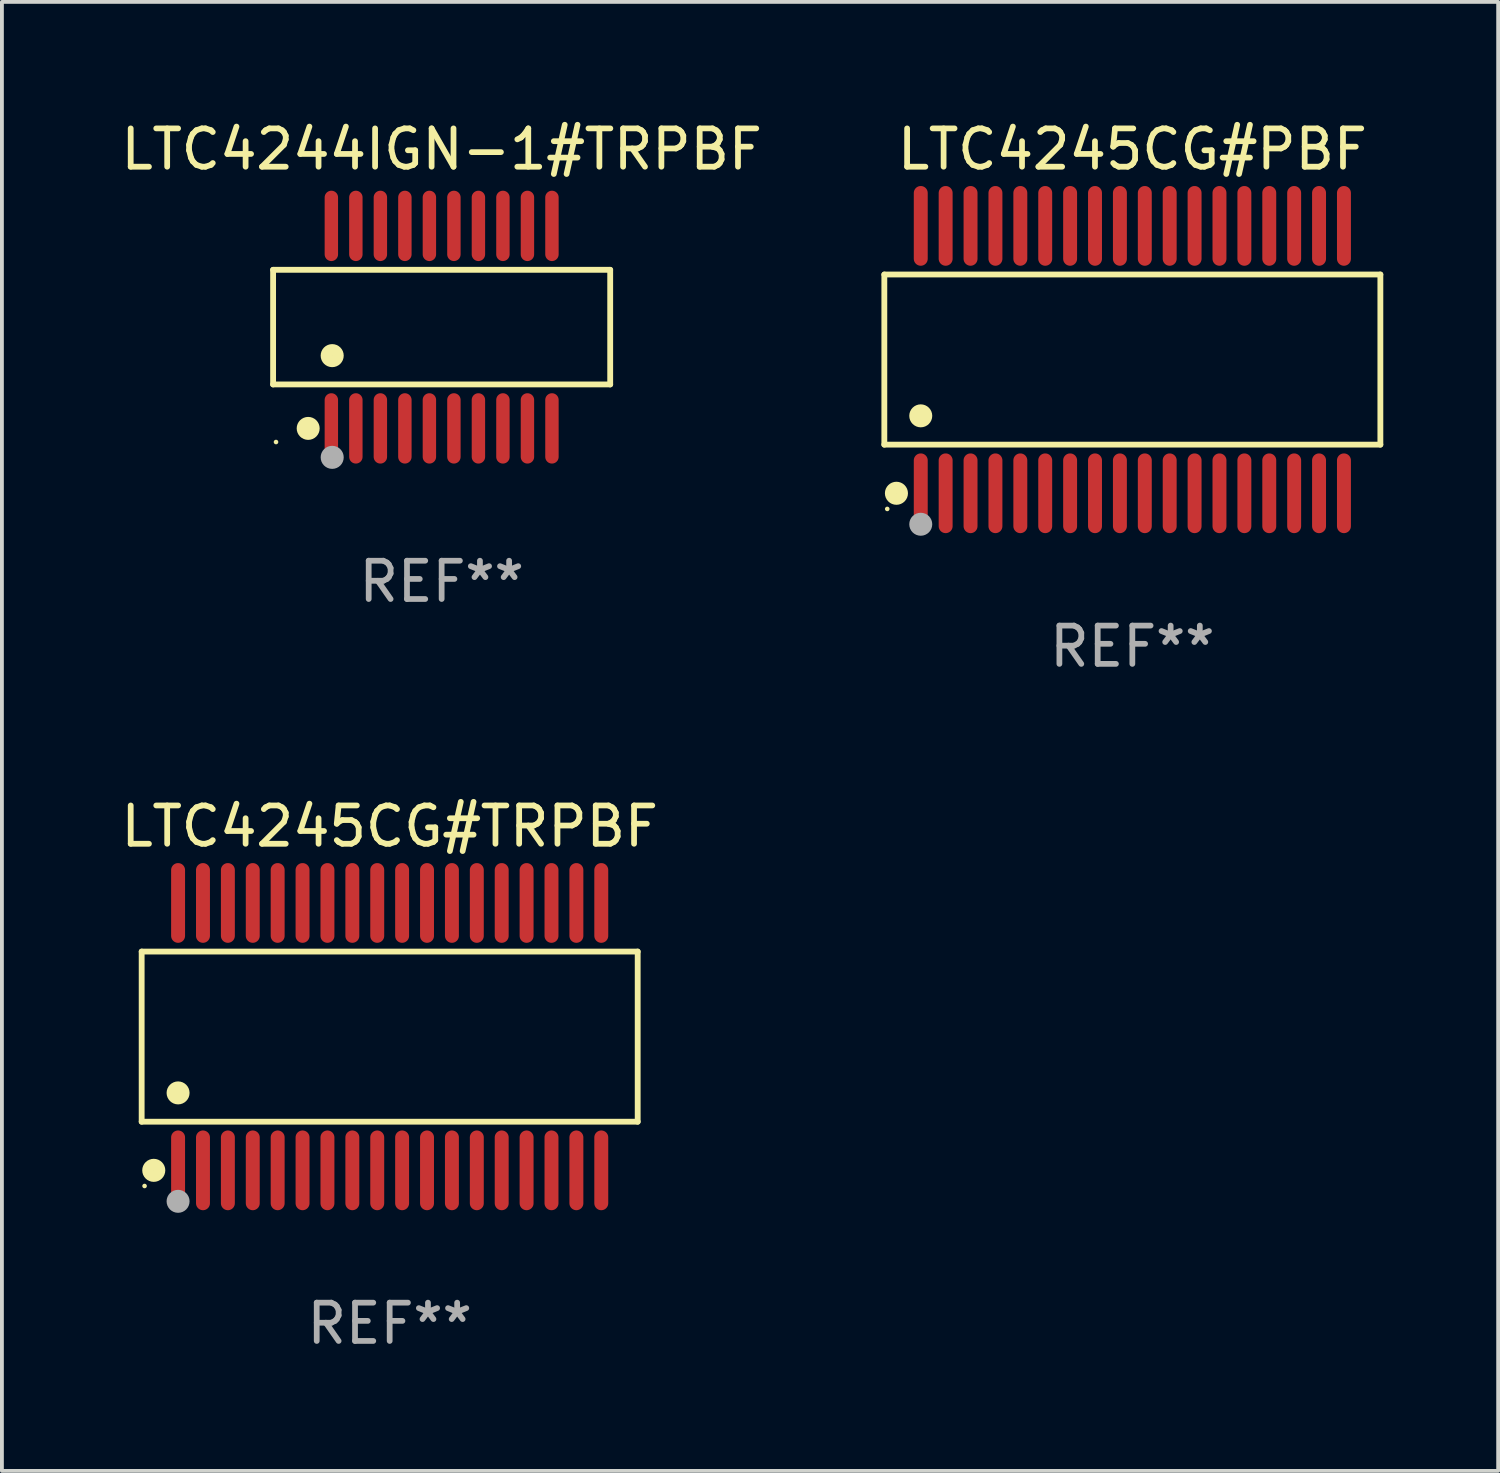
<source format=kicad_pcb>
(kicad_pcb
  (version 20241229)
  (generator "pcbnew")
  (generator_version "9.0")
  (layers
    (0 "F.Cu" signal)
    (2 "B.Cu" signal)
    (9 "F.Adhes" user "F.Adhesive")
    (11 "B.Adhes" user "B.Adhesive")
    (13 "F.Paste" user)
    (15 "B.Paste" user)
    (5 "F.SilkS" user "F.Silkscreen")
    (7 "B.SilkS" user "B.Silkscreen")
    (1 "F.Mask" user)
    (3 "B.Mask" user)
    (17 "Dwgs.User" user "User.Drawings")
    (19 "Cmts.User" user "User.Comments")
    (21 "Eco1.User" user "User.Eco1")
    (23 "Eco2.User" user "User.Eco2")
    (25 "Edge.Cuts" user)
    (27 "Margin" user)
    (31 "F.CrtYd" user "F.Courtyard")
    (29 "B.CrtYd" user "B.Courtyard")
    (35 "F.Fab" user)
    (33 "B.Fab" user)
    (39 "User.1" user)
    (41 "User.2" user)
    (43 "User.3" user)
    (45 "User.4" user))
  (footprint "LTC4244IGN-1#TRPBF"
    (layer "F.Cu")
    (at 8.482 5.492)
    (property "Reference" "LTC4244IGN-1#TRPBF" (at 0 -4.644 0) (layer "F.SilkS") (effects (font (size 1 1) (thickness 0.15))))
    (attr through_hole)
    (fp_line (start -4.401 -1.497) (end 4.401 -1.497) (stroke (width 0.152) (type solid)) (layer "F.SilkS"))
    (fp_line (start -4.401 1.496) (end -4.401 -1.497) (stroke (width 0.152) (type solid)) (layer "F.SilkS"))
    (fp_line (start 4.401 -1.497) (end 4.401 1.496) (stroke (width 0.152) (type solid)) (layer "F.SilkS"))
    (fp_line (start 4.401 1.496) (end -4.401 1.496) (stroke (width 0.152) (type solid)) (layer "F.SilkS"))
    (fp_circle (center -4.325 3) (end -4.295 3) (stroke (width 0.06) (type solid)) (fill no) (layer "F.SilkS"))
    (fp_circle (center -3.485 2.644) (end -3.335 2.644) (stroke (width 0.3) (type solid)) (fill no) (layer "F.SilkS"))
    (fp_circle (center -2.858 0.744) (end -2.707 0.744) (stroke (width 0.3) (type solid)) (fill no) (layer "F.SilkS"))
    (fp_circle (center -2.858 3.4) (end -2.707 3.4) (stroke (width 0.3) (type solid)) (fill no) (layer "F.Fab"))
    (fp_text user "REF**" (at 0 6.644 0) (layer "F.Fab") (effects (font (size 1 1) (thickness 0.15))))
    (pad "1" smd oval (at -2.88 2.644) (size 0.35 1.837) (layers "F.Cu" "F.Mask" "F.Paste"))
    (pad "2" smd oval (at -2.24 2.644) (size 0.35 1.837) (layers "F.Cu" "F.Mask" "F.Paste"))
    (pad "3" smd oval (at -1.6 2.644) (size 0.35 1.837) (layers "F.Cu" "F.Mask" "F.Paste"))
    (pad "4" smd oval (at -0.96 2.644) (size 0.35 1.837) (layers "F.Cu" "F.Mask" "F.Paste"))
    (pad "5" smd oval (at -0.32 2.644) (size 0.35 1.837) (layers "F.Cu" "F.Mask" "F.Paste"))
    (pad "6" smd oval (at 0.32 2.644) (size 0.35 1.837) (layers "F.Cu" "F.Mask" "F.Paste"))
    (pad "7" smd oval (at 0.96 2.644) (size 0.35 1.837) (layers "F.Cu" "F.Mask" "F.Paste"))
    (pad "8" smd oval (at 1.6 2.644) (size 0.35 1.837) (layers "F.Cu" "F.Mask" "F.Paste"))
    (pad "9" smd oval (at 2.24 2.644) (size 0.35 1.837) (layers "F.Cu" "F.Mask" "F.Paste"))
    (pad "10" smd oval (at 2.88 2.644) (size 0.35 1.837) (layers "F.Cu" "F.Mask" "F.Paste"))
    (pad "11" smd oval (at 2.88 -2.644 180) (size 0.35 1.837) (layers "F.Cu" "F.Mask" "F.Paste"))
    (pad "12" smd oval (at 2.24 -2.644 180) (size 0.35 1.837) (layers "F.Cu" "F.Mask" "F.Paste"))
    (pad "13" smd oval (at 1.6 -2.644 180) (size 0.35 1.837) (layers "F.Cu" "F.Mask" "F.Paste"))
    (pad "14" smd oval (at 0.96 -2.644 180) (size 0.35 1.837) (layers "F.Cu" "F.Mask" "F.Paste"))
    (pad "15" smd oval (at 0.32 -2.644 180) (size 0.35 1.837) (layers "F.Cu" "F.Mask" "F.Paste"))
    (pad "16" smd oval (at -0.32 -2.644 180) (size 0.35 1.837) (layers "F.Cu" "F.Mask" "F.Paste"))
    (pad "17" smd oval (at -0.96 -2.644 180) (size 0.35 1.837) (layers "F.Cu" "F.Mask" "F.Paste"))
    (pad "18" smd oval (at -1.6 -2.644 180) (size 0.35 1.837) (layers "F.Cu" "F.Mask" "F.Paste"))
    (pad "19" smd oval (at -2.24 -2.644 180) (size 0.35 1.837) (layers "F.Cu" "F.Mask" "F.Paste"))
    (pad "20" smd oval (at -2.88 -2.644 180) (size 0.35 1.837) (layers "F.Cu" "F.Mask" "F.Paste")))
  (footprint "LTC4245CG#PBF"
    (layer "F.Cu")
    (at 26.517 6.339)
    (property "Reference" "LTC4245CG#PBF" (at 0 -5.491 0) (layer "F.SilkS") (effects (font (size 1 1) (thickness 0.15))))
    (attr through_hole)
    (fp_line (start -6.476 -2.221) (end 6.476 -2.221) (stroke (width 0.152) (type solid)) (layer "F.SilkS"))
    (fp_line (start -6.476 2.221) (end -6.476 -2.221) (stroke (width 0.152) (type solid)) (layer "F.SilkS"))
    (fp_line (start 6.476 -2.221) (end 6.476 2.221) (stroke (width 0.152) (type solid)) (layer "F.SilkS"))
    (fp_line (start 6.476 2.221) (end -6.476 2.221) (stroke (width 0.152) (type solid)) (layer "F.SilkS"))
    (fp_circle (center -6.4 3.9) (end -6.37 3.9) (stroke (width 0.06) (type solid)) (fill no) (layer "F.SilkS"))
    (fp_circle (center -6.16 3.491) (end -6.009 3.491) (stroke (width 0.3) (type solid)) (fill no) (layer "F.SilkS"))
    (fp_circle (center -5.525 1.469) (end -5.375 1.469) (stroke (width 0.3) (type solid)) (fill no) (layer "F.SilkS"))
    (fp_circle (center -5.525 4.3) (end -5.375 4.3) (stroke (width 0.3) (type solid)) (fill no) (layer "F.Fab"))
    (fp_text user "REF**" (at 0 7.491 0) (layer "F.Fab") (effects (font (size 1 1) (thickness 0.15))))
    (pad "1" smd oval (at -5.525 3.491) (size 0.364 2.082) (layers "F.Cu" "F.Mask" "F.Paste"))
    (pad "2" smd oval (at -4.875 3.491) (size 0.364 2.082) (layers "F.Cu" "F.Mask" "F.Paste"))
    (pad "3" smd oval (at -4.225 3.491) (size 0.364 2.082) (layers "F.Cu" "F.Mask" "F.Paste"))
    (pad "4" smd oval (at -3.575 3.491) (size 0.364 2.082) (layers "F.Cu" "F.Mask" "F.Paste"))
    (pad "5" smd oval (at -2.925 3.491) (size 0.364 2.082) (layers "F.Cu" "F.Mask" "F.Paste"))
    (pad "6" smd oval (at -2.275 3.491) (size 0.364 2.082) (layers "F.Cu" "F.Mask" "F.Paste"))
    (pad "7" smd oval (at -1.625 3.491) (size 0.364 2.082) (layers "F.Cu" "F.Mask" "F.Paste"))
    (pad "8" smd oval (at -0.975 3.491) (size 0.364 2.082) (layers "F.Cu" "F.Mask" "F.Paste"))
    (pad "9" smd oval (at -0.325 3.491) (size 0.364 2.082) (layers "F.Cu" "F.Mask" "F.Paste"))
    (pad "10" smd oval (at 0.325 3.491) (size 0.364 2.082) (layers "F.Cu" "F.Mask" "F.Paste"))
    (pad "11" smd oval (at 0.975 3.491) (size 0.364 2.082) (layers "F.Cu" "F.Mask" "F.Paste"))
    (pad "12" smd oval (at 1.625 3.491) (size 0.364 2.082) (layers "F.Cu" "F.Mask" "F.Paste"))
    (pad "13" smd oval (at 2.275 3.491) (size 0.364 2.082) (layers "F.Cu" "F.Mask" "F.Paste"))
    (pad "14" smd oval (at 2.925 3.491) (size 0.364 2.082) (layers "F.Cu" "F.Mask" "F.Paste"))
    (pad "15" smd oval (at 3.575 3.491) (size 0.364 2.082) (layers "F.Cu" "F.Mask" "F.Paste"))
    (pad "16" smd oval (at 4.225 3.491) (size 0.364 2.082) (layers "F.Cu" "F.Mask" "F.Paste"))
    (pad "17" smd oval (at 4.875 3.491) (size 0.364 2.082) (layers "F.Cu" "F.Mask" "F.Paste"))
    (pad "18" smd oval (at 5.525 3.491) (size 0.364 2.082) (layers "F.Cu" "F.Mask" "F.Paste"))
    (pad "19" smd oval (at 5.525 -3.491) (size 0.364 2.082) (layers "F.Cu" "F.Mask" "F.Paste"))
    (pad "20" smd oval (at 4.875 -3.491) (size 0.364 2.082) (layers "F.Cu" "F.Mask" "F.Paste"))
    (pad "21" smd oval (at 4.225 -3.491) (size 0.364 2.082) (layers "F.Cu" "F.Mask" "F.Paste"))
    (pad "22" smd oval (at 3.575 -3.491) (size 0.364 2.082) (layers "F.Cu" "F.Mask" "F.Paste"))
    (pad "23" smd oval (at 2.925 -3.491) (size 0.364 2.082) (layers "F.Cu" "F.Mask" "F.Paste"))
    (pad "24" smd oval (at 2.275 -3.491) (size 0.364 2.082) (layers "F.Cu" "F.Mask" "F.Paste"))
    (pad "25" smd oval (at 1.625 -3.491) (size 0.364 2.082) (layers "F.Cu" "F.Mask" "F.Paste"))
    (pad "26" smd oval (at 0.975 -3.491) (size 0.364 2.082) (layers "F.Cu" "F.Mask" "F.Paste"))
    (pad "27" smd oval (at 0.325 -3.491) (size 0.364 2.082) (layers "F.Cu" "F.Mask" "F.Paste"))
    (pad "28" smd oval (at -0.325 -3.491) (size 0.364 2.082) (layers "F.Cu" "F.Mask" "F.Paste"))
    (pad "29" smd oval (at -0.975 -3.491) (size 0.364 2.082) (layers "F.Cu" "F.Mask" "F.Paste"))
    (pad "30" smd oval (at -1.625 -3.491) (size 0.364 2.082) (layers "F.Cu" "F.Mask" "F.Paste"))
    (pad "31" smd oval (at -2.275 -3.491) (size 0.364 2.082) (layers "F.Cu" "F.Mask" "F.Paste"))
    (pad "32" smd oval (at -2.925 -3.491) (size 0.364 2.082) (layers "F.Cu" "F.Mask" "F.Paste"))
    (pad "33" smd oval (at -3.575 -3.491) (size 0.364 2.082) (layers "F.Cu" "F.Mask" "F.Paste"))
    (pad "34" smd oval (at -4.225 -3.491) (size 0.364 2.082) (layers "F.Cu" "F.Mask" "F.Paste"))
    (pad "35" smd oval (at -4.875 -3.491) (size 0.364 2.082) (layers "F.Cu" "F.Mask" "F.Paste"))
    (pad "36" smd oval (at -5.525 -3.491) (size 0.364 2.082) (layers "F.Cu" "F.Mask" "F.Paste")))
  (footprint "LTC4245CG#TRPBF"
    (layer "F.Cu")
    (at 7.125 24.018)
    (property "Reference" "LTC4245CG#TRPBF" (at 0 -5.491 0) (layer "F.SilkS") (effects (font (size 1 1) (thickness 0.15))))
    (attr through_hole)
    (fp_line (start -6.476 -2.221) (end 6.476 -2.221) (stroke (width 0.152) (type solid)) (layer "F.SilkS"))
    (fp_line (start -6.476 2.221) (end -6.476 -2.221) (stroke (width 0.152) (type solid)) (layer "F.SilkS"))
    (fp_line (start 6.476 -2.221) (end 6.476 2.221) (stroke (width 0.152) (type solid)) (layer "F.SilkS"))
    (fp_line (start 6.476 2.221) (end -6.476 2.221) (stroke (width 0.152) (type solid)) (layer "F.SilkS"))
    (fp_circle (center -6.4 3.9) (end -6.37 3.9) (stroke (width 0.06) (type solid)) (fill no) (layer "F.SilkS"))
    (fp_circle (center -6.16 3.491) (end -6.009 3.491) (stroke (width 0.3) (type solid)) (fill no) (layer "F.SilkS"))
    (fp_circle (center -5.525 1.469) (end -5.375 1.469) (stroke (width 0.3) (type solid)) (fill no) (layer "F.SilkS"))
    (fp_circle (center -5.525 4.3) (end -5.375 4.3) (stroke (width 0.3) (type solid)) (fill no) (layer "F.Fab"))
    (fp_text user "REF**" (at 0 7.491 0) (layer "F.Fab") (effects (font (size 1 1) (thickness 0.15))))
    (pad "1" smd oval (at -5.525 3.491) (size 0.364 2.082) (layers "F.Cu" "F.Mask" "F.Paste"))
    (pad "2" smd oval (at -4.875 3.491) (size 0.364 2.082) (layers "F.Cu" "F.Mask" "F.Paste"))
    (pad "3" smd oval (at -4.225 3.491) (size 0.364 2.082) (layers "F.Cu" "F.Mask" "F.Paste"))
    (pad "4" smd oval (at -3.575 3.491) (size 0.364 2.082) (layers "F.Cu" "F.Mask" "F.Paste"))
    (pad "5" smd oval (at -2.925 3.491) (size 0.364 2.082) (layers "F.Cu" "F.Mask" "F.Paste"))
    (pad "6" smd oval (at -2.275 3.491) (size 0.364 2.082) (layers "F.Cu" "F.Mask" "F.Paste"))
    (pad "7" smd oval (at -1.625 3.491) (size 0.364 2.082) (layers "F.Cu" "F.Mask" "F.Paste"))
    (pad "8" smd oval (at -0.975 3.491) (size 0.364 2.082) (layers "F.Cu" "F.Mask" "F.Paste"))
    (pad "9" smd oval (at -0.325 3.491) (size 0.364 2.082) (layers "F.Cu" "F.Mask" "F.Paste"))
    (pad "10" smd oval (at 0.325 3.491) (size 0.364 2.082) (layers "F.Cu" "F.Mask" "F.Paste"))
    (pad "11" smd oval (at 0.975 3.491) (size 0.364 2.082) (layers "F.Cu" "F.Mask" "F.Paste"))
    (pad "12" smd oval (at 1.625 3.491) (size 0.364 2.082) (layers "F.Cu" "F.Mask" "F.Paste"))
    (pad "13" smd oval (at 2.275 3.491) (size 0.364 2.082) (layers "F.Cu" "F.Mask" "F.Paste"))
    (pad "14" smd oval (at 2.925 3.491) (size 0.364 2.082) (layers "F.Cu" "F.Mask" "F.Paste"))
    (pad "15" smd oval (at 3.575 3.491) (size 0.364 2.082) (layers "F.Cu" "F.Mask" "F.Paste"))
    (pad "16" smd oval (at 4.225 3.491) (size 0.364 2.082) (layers "F.Cu" "F.Mask" "F.Paste"))
    (pad "17" smd oval (at 4.875 3.491) (size 0.364 2.082) (layers "F.Cu" "F.Mask" "F.Paste"))
    (pad "18" smd oval (at 5.525 3.491) (size 0.364 2.082) (layers "F.Cu" "F.Mask" "F.Paste"))
    (pad "19" smd oval (at 5.525 -3.491) (size 0.364 2.082) (layers "F.Cu" "F.Mask" "F.Paste"))
    (pad "20" smd oval (at 4.875 -3.491) (size 0.364 2.082) (layers "F.Cu" "F.Mask" "F.Paste"))
    (pad "21" smd oval (at 4.225 -3.491) (size 0.364 2.082) (layers "F.Cu" "F.Mask" "F.Paste"))
    (pad "22" smd oval (at 3.575 -3.491) (size 0.364 2.082) (layers "F.Cu" "F.Mask" "F.Paste"))
    (pad "23" smd oval (at 2.925 -3.491) (size 0.364 2.082) (layers "F.Cu" "F.Mask" "F.Paste"))
    (pad "24" smd oval (at 2.275 -3.491) (size 0.364 2.082) (layers "F.Cu" "F.Mask" "F.Paste"))
    (pad "25" smd oval (at 1.625 -3.491) (size 0.364 2.082) (layers "F.Cu" "F.Mask" "F.Paste"))
    (pad "26" smd oval (at 0.975 -3.491) (size 0.364 2.082) (layers "F.Cu" "F.Mask" "F.Paste"))
    (pad "27" smd oval (at 0.325 -3.491) (size 0.364 2.082) (layers "F.Cu" "F.Mask" "F.Paste"))
    (pad "28" smd oval (at -0.325 -3.491) (size 0.364 2.082) (layers "F.Cu" "F.Mask" "F.Paste"))
    (pad "29" smd oval (at -0.975 -3.491) (size 0.364 2.082) (layers "F.Cu" "F.Mask" "F.Paste"))
    (pad "30" smd oval (at -1.625 -3.491) (size 0.364 2.082) (layers "F.Cu" "F.Mask" "F.Paste"))
    (pad "31" smd oval (at -2.275 -3.491) (size 0.364 2.082) (layers "F.Cu" "F.Mask" "F.Paste"))
    (pad "32" smd oval (at -2.925 -3.491) (size 0.364 2.082) (layers "F.Cu" "F.Mask" "F.Paste"))
    (pad "33" smd oval (at -3.575 -3.491) (size 0.364 2.082) (layers "F.Cu" "F.Mask" "F.Paste"))
    (pad "34" smd oval (at -4.225 -3.491) (size 0.364 2.082) (layers "F.Cu" "F.Mask" "F.Paste"))
    (pad "35" smd oval (at -4.875 -3.491) (size 0.364 2.082) (layers "F.Cu" "F.Mask" "F.Paste"))
    (pad "36" smd oval (at -5.525 -3.491) (size 0.364 2.082) (layers "F.Cu" "F.Mask" "F.Paste")))
  (gr_rect
    (start -3 -3)
    (end 36.069 35.357)
    (stroke (width 0.1) (type default))
    (fill no)
    (layer "Edge.Cuts")))
</source>
